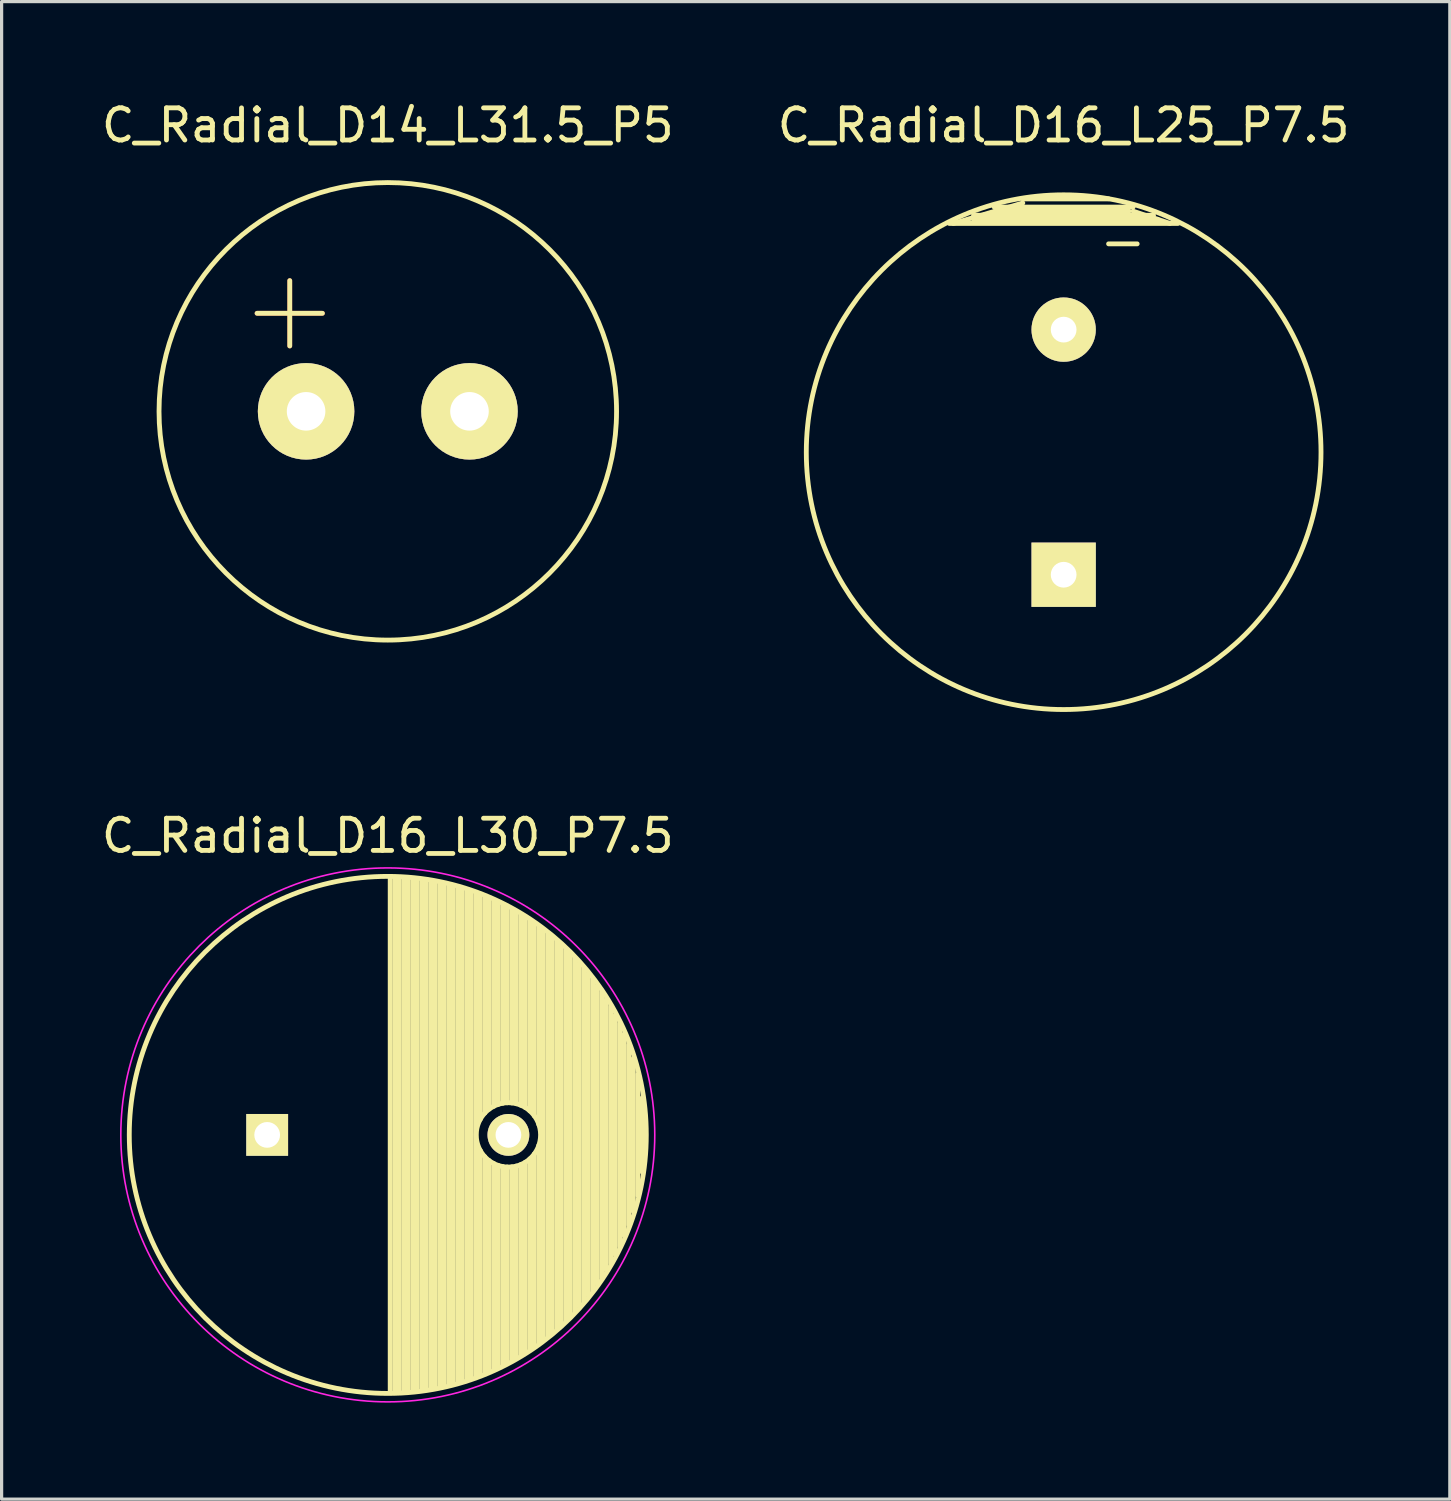
<source format=kicad_pcb>
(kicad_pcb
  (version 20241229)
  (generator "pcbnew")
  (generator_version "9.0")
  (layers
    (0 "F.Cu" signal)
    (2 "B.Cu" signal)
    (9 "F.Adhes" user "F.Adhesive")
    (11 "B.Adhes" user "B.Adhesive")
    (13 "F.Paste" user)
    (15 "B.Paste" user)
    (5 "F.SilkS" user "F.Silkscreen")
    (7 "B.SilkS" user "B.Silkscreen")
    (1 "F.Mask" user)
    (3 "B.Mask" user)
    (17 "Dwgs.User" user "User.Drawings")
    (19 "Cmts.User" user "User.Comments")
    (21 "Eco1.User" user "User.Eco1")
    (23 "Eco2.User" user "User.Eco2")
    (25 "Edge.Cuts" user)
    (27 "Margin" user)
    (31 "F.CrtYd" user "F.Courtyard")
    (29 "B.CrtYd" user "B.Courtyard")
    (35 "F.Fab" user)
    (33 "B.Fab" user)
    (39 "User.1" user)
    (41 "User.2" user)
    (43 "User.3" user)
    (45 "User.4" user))
  (footprint "C_Radial_D14_L31.5_P5"
    (layer "F.Cu")
    (at 6.466 9.738)
    (property "Reference" "C_Radial_D14_L31.5_P5" (at 2.54 -8.89 0) (layer "F.SilkS") (effects (font (size 1 1) (thickness 0.15))))
    (attr through_hole)
    (fp_line (start -1.524 -3.048) (end 0.508 -3.048) (stroke (width 0.15) (type solid)) (layer "F.Cu"))
    (fp_line (start -0.508 -2.032) (end -0.508 -4.064) (stroke (width 0.15) (type solid)) (layer "F.Cu"))
    (fp_line (start -1.524 -3.048) (end 0.508 -3.048) (stroke (width 0.15) (type solid)) (layer "F.SilkS"))
    (fp_line (start -0.508 -4.064) (end -0.508 -2.032) (stroke (width 0.15) (type solid)) (layer "F.SilkS"))
    (fp_circle (center 2.54 0) (end 9.652 0) (stroke (width 0.15) (type solid)) (fill no) (layer "F.SilkS"))
    (pad "1" thru_hole circle (at 0 0) (size 3 3) (drill 1.199) (layers "*.Cu" "*.Mask" "F.SilkS"))
    (pad "2" thru_hole circle (at 5.08 0) (size 3 3) (drill 1.199) (layers "*.Cu" "*.Mask" "F.SilkS")))
  (footprint "C_Radial_D16_L30_P7.5"
    (layer "F.Cu")
    (at 5.256 32.233)
    (property "Reference" "C_Radial_D16_L30_P7.5" (at 3.75 -9.3 0) (layer "F.SilkS") (effects (font (size 1 1) (thickness 0.15))))
    (attr through_hole)
    (fp_line (start 3.825 -8) (end 3.825 8) (stroke (width 0.15) (type solid)) (layer "F.SilkS"))
    (fp_line (start 3.965 -7.997) (end 3.965 7.997) (stroke (width 0.15) (type solid)) (layer "F.SilkS"))
    (fp_line (start 4.105 -7.992) (end 4.105 7.992) (stroke (width 0.15) (type solid)) (layer "F.SilkS"))
    (fp_line (start 4.245 -7.985) (end 4.245 7.985) (stroke (width 0.15) (type solid)) (layer "F.SilkS"))
    (fp_line (start 4.385 -7.975) (end 4.385 7.975) (stroke (width 0.15) (type solid)) (layer "F.SilkS"))
    (fp_line (start 4.525 -7.962) (end 4.525 7.962) (stroke (width 0.15) (type solid)) (layer "F.SilkS"))
    (fp_line (start 4.665 -7.948) (end 4.665 7.948) (stroke (width 0.15) (type solid)) (layer "F.SilkS"))
    (fp_line (start 4.805 -7.93) (end 4.805 7.93) (stroke (width 0.15) (type solid)) (layer "F.SilkS"))
    (fp_line (start 4.945 -7.91) (end 4.945 7.91) (stroke (width 0.15) (type solid)) (layer "F.SilkS"))
    (fp_line (start 5.085 -7.888) (end 5.085 7.888) (stroke (width 0.15) (type solid)) (layer "F.SilkS"))
    (fp_line (start 5.225 -7.863) (end 5.225 7.863) (stroke (width 0.15) (type solid)) (layer "F.SilkS"))
    (fp_line (start 5.365 -7.835) (end 5.365 7.835) (stroke (width 0.15) (type solid)) (layer "F.SilkS"))
    (fp_line (start 5.505 -7.805) (end 5.505 7.805) (stroke (width 0.15) (type solid)) (layer "F.SilkS"))
    (fp_line (start 5.645 -7.772) (end 5.645 7.772) (stroke (width 0.15) (type solid)) (layer "F.SilkS"))
    (fp_line (start 5.785 -7.737) (end 5.785 7.737) (stroke (width 0.15) (type solid)) (layer "F.SilkS"))
    (fp_line (start 5.925 -7.699) (end 5.925 7.699) (stroke (width 0.15) (type solid)) (layer "F.SilkS"))
    (fp_line (start 6.065 -7.658) (end 6.065 7.658) (stroke (width 0.15) (type solid)) (layer "F.SilkS"))
    (fp_line (start 6.205 -7.614) (end 6.205 7.614) (stroke (width 0.15) (type solid)) (layer "F.SilkS"))
    (fp_line (start 6.345 -7.567) (end 6.345 7.567) (stroke (width 0.15) (type solid)) (layer "F.SilkS"))
    (fp_line (start 6.485 -7.518) (end 6.485 7.518) (stroke (width 0.15) (type solid)) (layer "F.SilkS"))
    (fp_line (start 6.625 -7.466) (end 6.625 -0.484) (stroke (width 0.15) (type solid)) (layer "F.SilkS"))
    (fp_line (start 6.625 0.484) (end 6.625 7.466) (stroke (width 0.15) (type solid)) (layer "F.SilkS"))
    (fp_line (start 6.765 -7.41) (end 6.765 -0.678) (stroke (width 0.15) (type solid)) (layer "F.SilkS"))
    (fp_line (start 6.765 0.678) (end 6.765 7.41) (stroke (width 0.15) (type solid)) (layer "F.SilkS"))
    (fp_line (start 6.905 -7.352) (end 6.905 -0.804) (stroke (width 0.15) (type solid)) (layer "F.SilkS"))
    (fp_line (start 6.905 0.804) (end 6.905 7.352) (stroke (width 0.15) (type solid)) (layer "F.SilkS"))
    (fp_line (start 7.045 -7.29) (end 7.045 -0.89) (stroke (width 0.15) (type solid)) (layer "F.SilkS"))
    (fp_line (start 7.045 0.89) (end 7.045 7.29) (stroke (width 0.15) (type solid)) (layer "F.SilkS"))
    (fp_line (start 7.185 -7.225) (end 7.185 -0.949) (stroke (width 0.15) (type solid)) (layer "F.SilkS"))
    (fp_line (start 7.185 0.949) (end 7.185 7.225) (stroke (width 0.15) (type solid)) (layer "F.SilkS"))
    (fp_line (start 7.325 -7.157) (end 7.325 -0.985) (stroke (width 0.15) (type solid)) (layer "F.SilkS"))
    (fp_line (start 7.325 0.985) (end 7.325 7.157) (stroke (width 0.15) (type solid)) (layer "F.SilkS"))
    (fp_line (start 7.465 -7.085) (end 7.465 -0.999) (stroke (width 0.15) (type solid)) (layer "F.SilkS"))
    (fp_line (start 7.465 0.999) (end 7.465 7.085) (stroke (width 0.15) (type solid)) (layer "F.SilkS"))
    (fp_line (start 7.605 -7.01) (end 7.605 -0.994) (stroke (width 0.15) (type solid)) (layer "F.SilkS"))
    (fp_line (start 7.605 0.994) (end 7.605 7.01) (stroke (width 0.15) (type solid)) (layer "F.SilkS"))
    (fp_line (start 7.745 -6.931) (end 7.745 -0.97) (stroke (width 0.15) (type solid)) (layer "F.SilkS"))
    (fp_line (start 7.745 0.97) (end 7.745 6.931) (stroke (width 0.15) (type solid)) (layer "F.SilkS"))
    (fp_line (start 7.885 -6.848) (end 7.885 -0.923) (stroke (width 0.15) (type solid)) (layer "F.SilkS"))
    (fp_line (start 7.885 0.923) (end 7.885 6.848) (stroke (width 0.15) (type solid)) (layer "F.SilkS"))
    (fp_line (start 8.025 -6.762) (end 8.025 -0.851) (stroke (width 0.15) (type solid)) (layer "F.SilkS"))
    (fp_line (start 8.025 0.851) (end 8.025 6.762) (stroke (width 0.15) (type solid)) (layer "F.SilkS"))
    (fp_line (start 8.165 -6.671) (end 8.165 -0.747) (stroke (width 0.15) (type solid)) (layer "F.SilkS"))
    (fp_line (start 8.165 0.747) (end 8.165 6.671) (stroke (width 0.15) (type solid)) (layer "F.SilkS"))
    (fp_line (start 8.305 -6.577) (end 8.305 -0.593) (stroke (width 0.15) (type solid)) (layer "F.SilkS"))
    (fp_line (start 8.305 0.593) (end 8.305 6.577) (stroke (width 0.15) (type solid)) (layer "F.SilkS"))
    (fp_line (start 8.445 -6.477) (end 8.445 -0.327) (stroke (width 0.15) (type solid)) (layer "F.SilkS"))
    (fp_line (start 8.445 0.327) (end 8.445 6.477) (stroke (width 0.15) (type solid)) (layer "F.SilkS"))
    (fp_line (start 8.585 -6.374) (end 8.585 6.374) (stroke (width 0.15) (type solid)) (layer "F.SilkS"))
    (fp_line (start 8.725 -6.265) (end 8.725 6.265) (stroke (width 0.15) (type solid)) (layer "F.SilkS"))
    (fp_line (start 8.865 -6.151) (end 8.865 6.151) (stroke (width 0.15) (type solid)) (layer "F.SilkS"))
    (fp_line (start 9.005 -6.032) (end 9.005 6.032) (stroke (width 0.15) (type solid)) (layer "F.SilkS"))
    (fp_line (start 9.145 -5.907) (end 9.145 5.907) (stroke (width 0.15) (type solid)) (layer "F.SilkS"))
    (fp_line (start 9.285 -5.776) (end 9.285 5.776) (stroke (width 0.15) (type solid)) (layer "F.SilkS"))
    (fp_line (start 9.425 -5.639) (end 9.425 5.639) (stroke (width 0.15) (type solid)) (layer "F.SilkS"))
    (fp_line (start 9.565 -5.494) (end 9.565 5.494) (stroke (width 0.15) (type solid)) (layer "F.SilkS"))
    (fp_line (start 9.705 -5.342) (end 9.705 5.342) (stroke (width 0.15) (type solid)) (layer "F.SilkS"))
    (fp_line (start 9.845 -5.182) (end 9.845 5.182) (stroke (width 0.15) (type solid)) (layer "F.SilkS"))
    (fp_line (start 9.985 -5.012) (end 9.985 5.012) (stroke (width 0.15) (type solid)) (layer "F.SilkS"))
    (fp_line (start 10.125 -4.833) (end 10.125 4.833) (stroke (width 0.15) (type solid)) (layer "F.SilkS"))
    (fp_line (start 10.265 -4.643) (end 10.265 4.643) (stroke (width 0.15) (type solid)) (layer "F.SilkS"))
    (fp_line (start 10.405 -4.44) (end 10.405 4.44) (stroke (width 0.15) (type solid)) (layer "F.SilkS"))
    (fp_line (start 10.545 -4.222) (end 10.545 4.222) (stroke (width 0.15) (type solid)) (layer "F.SilkS"))
    (fp_line (start 10.685 -3.988) (end 10.685 3.988) (stroke (width 0.15) (type solid)) (layer "F.SilkS"))
    (fp_line (start 10.825 -3.734) (end 10.825 3.734) (stroke (width 0.15) (type solid)) (layer "F.SilkS"))
    (fp_line (start 10.965 -3.456) (end 10.965 3.456) (stroke (width 0.15) (type solid)) (layer "F.SilkS"))
    (fp_line (start 11.105 -3.147) (end 11.105 3.147) (stroke (width 0.15) (type solid)) (layer "F.SilkS"))
    (fp_line (start 11.245 -2.797) (end 11.245 2.797) (stroke (width 0.15) (type solid)) (layer "F.SilkS"))
    (fp_line (start 11.385 -2.389) (end 11.385 2.389) (stroke (width 0.15) (type solid)) (layer "F.SilkS"))
    (fp_line (start 11.525 -1.884) (end 11.525 1.884) (stroke (width 0.15) (type solid)) (layer "F.SilkS"))
    (fp_line (start 11.665 -1.163) (end 11.665 1.163) (stroke (width 0.15) (type solid)) (layer "F.SilkS"))
    (fp_circle (center 3.75 0) (end 3.75 -8.037) (stroke (width 0.15) (type solid)) (fill no) (layer "F.SilkS"))
    (fp_circle (center 7.5 0) (end 7.5 -1) (stroke (width 0.15) (type solid)) (fill no) (layer "F.SilkS"))
    (fp_circle (center 3.75 0) (end 3.75 -8.3) (stroke (width 0.05) (type solid)) (fill no) (layer "F.CrtYd"))
    (pad "1" thru_hole rect (at 0 0) (size 1.3 1.3) (drill 0.8) (layers "*.Cu" "*.Mask" "F.SilkS"))
    (pad "2" thru_hole circle (at 7.5 0) (size 1.3 1.3) (drill 0.8) (layers "*.Cu" "*.Mask" "F.SilkS")))
  (footprint "C_Radial_D16_L25_P7.5"
    (layer "F.Cu")
    (at 30.018 11.008)
    (property "Reference" "C_Radial_D16_L25_P7.5" (at 0 -10.16 0) (layer "F.SilkS") (effects (font (size 1 1) (thickness 0.15))))
    (attr through_hole)
    (fp_line (start -3.429 -7.112) (end -1.27 -7.747) (stroke (width 0.15) (type solid)) (layer "F.SilkS"))
    (fp_line (start -2.794 -7.366) (end -2.667 -7.366) (stroke (width 0.15) (type solid)) (layer "F.SilkS"))
    (fp_line (start -2.794 -7.239) (end -1.905 -7.239) (stroke (width 0.15) (type solid)) (layer "F.SilkS"))
    (fp_line (start -2.159 -7.62) (end 2.159 -7.62) (stroke (width 0.15) (type solid)) (layer "F.SilkS"))
    (fp_line (start -2.032 -7.493) (end 2.032 -7.493) (stroke (width 0.15) (type solid)) (layer "F.SilkS"))
    (fp_line (start 1.397 -7.874) (end -1.27 -7.874) (stroke (width 0.15) (type solid)) (layer "F.SilkS"))
    (fp_line (start 1.397 -6.477) (end 2.286 -6.477) (stroke (width 0.15) (type solid)) (layer "F.SilkS"))
    (fp_line (start 2.794 -7.366) (end -2.794 -7.366) (stroke (width 0.15) (type solid)) (layer "F.SilkS"))
    (fp_line (start 2.921 -7.239) (end -2.794 -7.239) (stroke (width 0.15) (type solid)) (layer "F.SilkS"))
    (fp_line (start 3.302 -7.112) (end 2.159 -7.493) (stroke (width 0.15) (type solid)) (layer "F.SilkS"))
    (fp_line (start 3.556 -7.112) (end -3.556 -7.112) (stroke (width 0.15) (type solid)) (layer "F.SilkS"))
    (fp_circle (center 0 0) (end 8.001 0) (stroke (width 0.15) (type solid)) (fill no) (layer "F.SilkS"))
    (pad "1" thru_hole rect (at 0 3.81) (size 1.999 1.999) (drill 0.8) (layers "*.Cu" "*.Mask" "F.SilkS"))
    (pad "2" thru_hole circle (at 0 -3.81) (size 1.999 1.999) (drill 0.8) (layers "*.Cu" "*.Mask" "F.SilkS")))
  (gr_rect
    (start -3 -3)
    (end 42.024 43.557)
    (stroke (width 0.1) (type default))
    (fill no)
    (layer "Edge.Cuts")))
</source>
